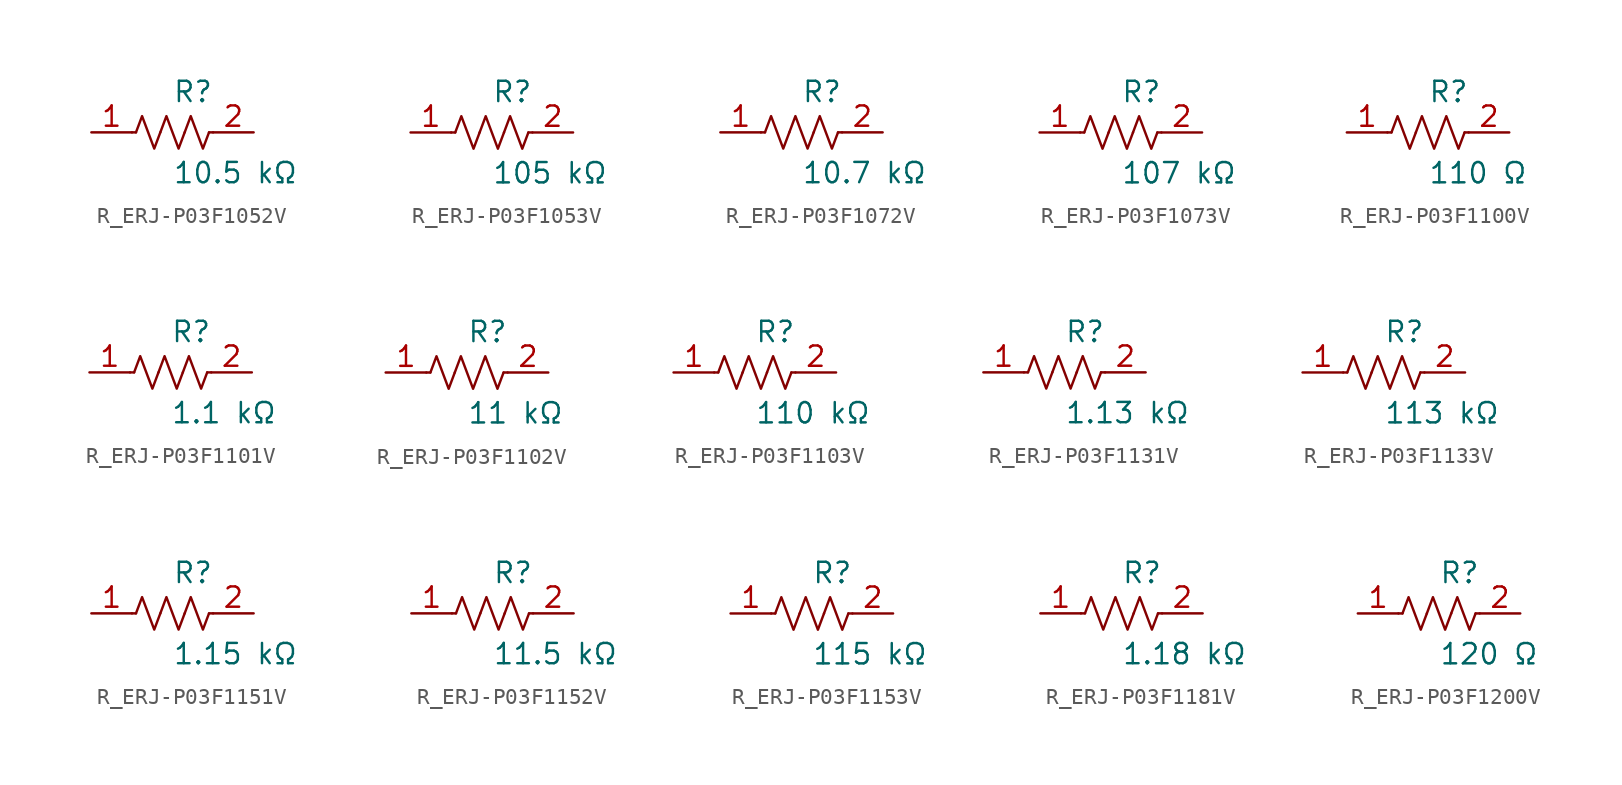
<source format=kicad_sym>
(kicad_symbol_lib
  (version 20231120)
  (generator kicad_symbol_editor)
  (generator_version 8.0)
  (symbol "R_ERJ-P03F1052V"
    (pin_names
      (offset 0.254))
    (property "Reference" "R"
      (at 0.0 2.54 0)
      (effects (font (size 1.27 1.27)) (justify left)))
    (property "Value" "10.5 kΩ"
      (at 0.0 -2.54 0)
      (effects (font (size 1.27 1.27)) (justify left)))
    (symbol "R_ERJ-P03F1052V_0_1"
      (polyline (pts (xy 2.286 0) (xy 2.54 0)) (stroke (width 0) (type default)) (fill (type none)))
      (polyline (pts (xy -2.286 0) (xy -2.54 0)) (stroke (width 0) (type default)) (fill (type none)))
      (polyline (pts (xy 0.762 0) (xy 1.143 1.016) (xy 1.524 0) (xy 1.905 -1.016) (xy 2.286 0)) (stroke (width 0) (type default)) (fill (type none)))
      (polyline (pts (xy -0.762 0) (xy -0.381 1.016) (xy 0 0) (xy 0.381 -1.016) (xy 0.762 0)) (stroke (width 0) (type default)) (fill (type none)))
      (polyline (pts (xy -2.286 0) (xy -1.905 1.016) (xy -1.524 0) (xy -1.143 -1.016) (xy -0.762 0)) (stroke (width 0) (type default)) (fill (type none))))
    (pin unspecified line
      (at -5.08 0 0)
      (length 2.54)
      (name "" (effects (font (size 1.27 1.27))))
      (number "1" (effects (font (size 1.27 1.27)))))
    (pin unspecified line
      (at 5.08 0 180)
      (length 2.54)
      (name "" (effects (font (size 1.27 1.27))))
      (number "2" (effects (font (size 1.27 1.27))))))
  (symbol "R_ERJ-P03F1053V"
    (pin_names
      (offset 0.254))
    (property "Reference" "R"
      (at 0.0 2.54 0)
      (effects (font (size 1.27 1.27)) (justify left)))
    (property "Value" "105 kΩ"
      (at 0.0 -2.54 0)
      (effects (font (size 1.27 1.27)) (justify left)))
    (symbol "R_ERJ-P03F1053V_0_1"
      (polyline (pts (xy 2.286 0) (xy 2.54 0)) (stroke (width 0) (type default)) (fill (type none)))
      (polyline (pts (xy -2.286 0) (xy -2.54 0)) (stroke (width 0) (type default)) (fill (type none)))
      (polyline (pts (xy 0.762 0) (xy 1.143 1.016) (xy 1.524 0) (xy 1.905 -1.016) (xy 2.286 0)) (stroke (width 0) (type default)) (fill (type none)))
      (polyline (pts (xy -0.762 0) (xy -0.381 1.016) (xy 0 0) (xy 0.381 -1.016) (xy 0.762 0)) (stroke (width 0) (type default)) (fill (type none)))
      (polyline (pts (xy -2.286 0) (xy -1.905 1.016) (xy -1.524 0) (xy -1.143 -1.016) (xy -0.762 0)) (stroke (width 0) (type default)) (fill (type none))))
    (pin unspecified line
      (at -5.08 0 0)
      (length 2.54)
      (name "" (effects (font (size 1.27 1.27))))
      (number "1" (effects (font (size 1.27 1.27)))))
    (pin unspecified line
      (at 5.08 0 180)
      (length 2.54)
      (name "" (effects (font (size 1.27 1.27))))
      (number "2" (effects (font (size 1.27 1.27))))))
  (symbol "R_ERJ-P03F1072V"
    (pin_names
      (offset 0.254))
    (property "Reference" "R"
      (at 0.0 2.54 0)
      (effects (font (size 1.27 1.27)) (justify left)))
    (property "Value" "10.7 kΩ"
      (at 0.0 -2.54 0)
      (effects (font (size 1.27 1.27)) (justify left)))
    (symbol "R_ERJ-P03F1072V_0_1"
      (polyline (pts (xy 2.286 0) (xy 2.54 0)) (stroke (width 0) (type default)) (fill (type none)))
      (polyline (pts (xy -2.286 0) (xy -2.54 0)) (stroke (width 0) (type default)) (fill (type none)))
      (polyline (pts (xy 0.762 0) (xy 1.143 1.016) (xy 1.524 0) (xy 1.905 -1.016) (xy 2.286 0)) (stroke (width 0) (type default)) (fill (type none)))
      (polyline (pts (xy -0.762 0) (xy -0.381 1.016) (xy 0 0) (xy 0.381 -1.016) (xy 0.762 0)) (stroke (width 0) (type default)) (fill (type none)))
      (polyline (pts (xy -2.286 0) (xy -1.905 1.016) (xy -1.524 0) (xy -1.143 -1.016) (xy -0.762 0)) (stroke (width 0) (type default)) (fill (type none))))
    (pin unspecified line
      (at -5.08 0 0)
      (length 2.54)
      (name "" (effects (font (size 1.27 1.27))))
      (number "1" (effects (font (size 1.27 1.27)))))
    (pin unspecified line
      (at 5.08 0 180)
      (length 2.54)
      (name "" (effects (font (size 1.27 1.27))))
      (number "2" (effects (font (size 1.27 1.27))))))
  (symbol "R_ERJ-P03F1073V"
    (pin_names
      (offset 0.254))
    (property "Reference" "R"
      (at 0.0 2.54 0)
      (effects (font (size 1.27 1.27)) (justify left)))
    (property "Value" "107 kΩ"
      (at 0.0 -2.54 0)
      (effects (font (size 1.27 1.27)) (justify left)))
    (symbol "R_ERJ-P03F1073V_0_1"
      (polyline (pts (xy 2.286 0) (xy 2.54 0)) (stroke (width 0) (type default)) (fill (type none)))
      (polyline (pts (xy -2.286 0) (xy -2.54 0)) (stroke (width 0) (type default)) (fill (type none)))
      (polyline (pts (xy 0.762 0) (xy 1.143 1.016) (xy 1.524 0) (xy 1.905 -1.016) (xy 2.286 0)) (stroke (width 0) (type default)) (fill (type none)))
      (polyline (pts (xy -0.762 0) (xy -0.381 1.016) (xy 0 0) (xy 0.381 -1.016) (xy 0.762 0)) (stroke (width 0) (type default)) (fill (type none)))
      (polyline (pts (xy -2.286 0) (xy -1.905 1.016) (xy -1.524 0) (xy -1.143 -1.016) (xy -0.762 0)) (stroke (width 0) (type default)) (fill (type none))))
    (pin unspecified line
      (at -5.08 0 0)
      (length 2.54)
      (name "" (effects (font (size 1.27 1.27))))
      (number "1" (effects (font (size 1.27 1.27)))))
    (pin unspecified line
      (at 5.08 0 180)
      (length 2.54)
      (name "" (effects (font (size 1.27 1.27))))
      (number "2" (effects (font (size 1.27 1.27))))))
  (symbol "R_ERJ-P03F1100V"
    (pin_names
      (offset 0.254))
    (property "Reference" "R"
      (at 0.0 2.54 0)
      (effects (font (size 1.27 1.27)) (justify left)))
    (property "Value" "110 Ω"
      (at 0.0 -2.54 0)
      (effects (font (size 1.27 1.27)) (justify left)))
    (symbol "R_ERJ-P03F1100V_0_1"
      (polyline (pts (xy 2.286 0) (xy 2.54 0)) (stroke (width 0) (type default)) (fill (type none)))
      (polyline (pts (xy -2.286 0) (xy -2.54 0)) (stroke (width 0) (type default)) (fill (type none)))
      (polyline (pts (xy 0.762 0) (xy 1.143 1.016) (xy 1.524 0) (xy 1.905 -1.016) (xy 2.286 0)) (stroke (width 0) (type default)) (fill (type none)))
      (polyline (pts (xy -0.762 0) (xy -0.381 1.016) (xy 0 0) (xy 0.381 -1.016) (xy 0.762 0)) (stroke (width 0) (type default)) (fill (type none)))
      (polyline (pts (xy -2.286 0) (xy -1.905 1.016) (xy -1.524 0) (xy -1.143 -1.016) (xy -0.762 0)) (stroke (width 0) (type default)) (fill (type none))))
    (pin unspecified line
      (at -5.08 0 0)
      (length 2.54)
      (name "" (effects (font (size 1.27 1.27))))
      (number "1" (effects (font (size 1.27 1.27)))))
    (pin unspecified line
      (at 5.08 0 180)
      (length 2.54)
      (name "" (effects (font (size 1.27 1.27))))
      (number "2" (effects (font (size 1.27 1.27))))))
  (symbol "R_ERJ-P03F1101V"
    (pin_names
      (offset 0.254))
    (property "Reference" "R"
      (at 0.0 2.54 0)
      (effects (font (size 1.27 1.27)) (justify left)))
    (property "Value" "1.1 kΩ"
      (at 0.0 -2.54 0)
      (effects (font (size 1.27 1.27)) (justify left)))
    (symbol "R_ERJ-P03F1101V_0_1"
      (polyline (pts (xy 2.286 0) (xy 2.54 0)) (stroke (width 0) (type default)) (fill (type none)))
      (polyline (pts (xy -2.286 0) (xy -2.54 0)) (stroke (width 0) (type default)) (fill (type none)))
      (polyline (pts (xy 0.762 0) (xy 1.143 1.016) (xy 1.524 0) (xy 1.905 -1.016) (xy 2.286 0)) (stroke (width 0) (type default)) (fill (type none)))
      (polyline (pts (xy -0.762 0) (xy -0.381 1.016) (xy 0 0) (xy 0.381 -1.016) (xy 0.762 0)) (stroke (width 0) (type default)) (fill (type none)))
      (polyline (pts (xy -2.286 0) (xy -1.905 1.016) (xy -1.524 0) (xy -1.143 -1.016) (xy -0.762 0)) (stroke (width 0) (type default)) (fill (type none))))
    (pin unspecified line
      (at -5.08 0 0)
      (length 2.54)
      (name "" (effects (font (size 1.27 1.27))))
      (number "1" (effects (font (size 1.27 1.27)))))
    (pin unspecified line
      (at 5.08 0 180)
      (length 2.54)
      (name "" (effects (font (size 1.27 1.27))))
      (number "2" (effects (font (size 1.27 1.27))))))
  (symbol "R_ERJ-P03F1102V"
    (pin_names
      (offset 0.254))
    (property "Reference" "R"
      (at 0.0 2.54 0)
      (effects (font (size 1.27 1.27)) (justify left)))
    (property "Value" "11 kΩ"
      (at 0.0 -2.54 0)
      (effects (font (size 1.27 1.27)) (justify left)))
    (symbol "R_ERJ-P03F1102V_0_1"
      (polyline (pts (xy 2.286 0) (xy 2.54 0)) (stroke (width 0) (type default)) (fill (type none)))
      (polyline (pts (xy -2.286 0) (xy -2.54 0)) (stroke (width 0) (type default)) (fill (type none)))
      (polyline (pts (xy 0.762 0) (xy 1.143 1.016) (xy 1.524 0) (xy 1.905 -1.016) (xy 2.286 0)) (stroke (width 0) (type default)) (fill (type none)))
      (polyline (pts (xy -0.762 0) (xy -0.381 1.016) (xy 0 0) (xy 0.381 -1.016) (xy 0.762 0)) (stroke (width 0) (type default)) (fill (type none)))
      (polyline (pts (xy -2.286 0) (xy -1.905 1.016) (xy -1.524 0) (xy -1.143 -1.016) (xy -0.762 0)) (stroke (width 0) (type default)) (fill (type none))))
    (pin unspecified line
      (at -5.08 0 0)
      (length 2.54)
      (name "" (effects (font (size 1.27 1.27))))
      (number "1" (effects (font (size 1.27 1.27)))))
    (pin unspecified line
      (at 5.08 0 180)
      (length 2.54)
      (name "" (effects (font (size 1.27 1.27))))
      (number "2" (effects (font (size 1.27 1.27))))))
  (symbol "R_ERJ-P03F1103V"
    (pin_names
      (offset 0.254))
    (property "Reference" "R"
      (at 0.0 2.54 0)
      (effects (font (size 1.27 1.27)) (justify left)))
    (property "Value" "110 kΩ"
      (at 0.0 -2.54 0)
      (effects (font (size 1.27 1.27)) (justify left)))
    (symbol "R_ERJ-P03F1103V_0_1"
      (polyline (pts (xy 2.286 0) (xy 2.54 0)) (stroke (width 0) (type default)) (fill (type none)))
      (polyline (pts (xy -2.286 0) (xy -2.54 0)) (stroke (width 0) (type default)) (fill (type none)))
      (polyline (pts (xy 0.762 0) (xy 1.143 1.016) (xy 1.524 0) (xy 1.905 -1.016) (xy 2.286 0)) (stroke (width 0) (type default)) (fill (type none)))
      (polyline (pts (xy -0.762 0) (xy -0.381 1.016) (xy 0 0) (xy 0.381 -1.016) (xy 0.762 0)) (stroke (width 0) (type default)) (fill (type none)))
      (polyline (pts (xy -2.286 0) (xy -1.905 1.016) (xy -1.524 0) (xy -1.143 -1.016) (xy -0.762 0)) (stroke (width 0) (type default)) (fill (type none))))
    (pin unspecified line
      (at -5.08 0 0)
      (length 2.54)
      (name "" (effects (font (size 1.27 1.27))))
      (number "1" (effects (font (size 1.27 1.27)))))
    (pin unspecified line
      (at 5.08 0 180)
      (length 2.54)
      (name "" (effects (font (size 1.27 1.27))))
      (number "2" (effects (font (size 1.27 1.27))))))
  (symbol "R_ERJ-P03F1131V"
    (pin_names
      (offset 0.254))
    (property "Reference" "R"
      (at 0.0 2.54 0)
      (effects (font (size 1.27 1.27)) (justify left)))
    (property "Value" "1.13 kΩ"
      (at 0.0 -2.54 0)
      (effects (font (size 1.27 1.27)) (justify left)))
    (symbol "R_ERJ-P03F1131V_0_1"
      (polyline (pts (xy 2.286 0) (xy 2.54 0)) (stroke (width 0) (type default)) (fill (type none)))
      (polyline (pts (xy -2.286 0) (xy -2.54 0)) (stroke (width 0) (type default)) (fill (type none)))
      (polyline (pts (xy 0.762 0) (xy 1.143 1.016) (xy 1.524 0) (xy 1.905 -1.016) (xy 2.286 0)) (stroke (width 0) (type default)) (fill (type none)))
      (polyline (pts (xy -0.762 0) (xy -0.381 1.016) (xy 0 0) (xy 0.381 -1.016) (xy 0.762 0)) (stroke (width 0) (type default)) (fill (type none)))
      (polyline (pts (xy -2.286 0) (xy -1.905 1.016) (xy -1.524 0) (xy -1.143 -1.016) (xy -0.762 0)) (stroke (width 0) (type default)) (fill (type none))))
    (pin unspecified line
      (at -5.08 0 0)
      (length 2.54)
      (name "" (effects (font (size 1.27 1.27))))
      (number "1" (effects (font (size 1.27 1.27)))))
    (pin unspecified line
      (at 5.08 0 180)
      (length 2.54)
      (name "" (effects (font (size 1.27 1.27))))
      (number "2" (effects (font (size 1.27 1.27))))))
  (symbol "R_ERJ-P03F1133V"
    (pin_names
      (offset 0.254))
    (property "Reference" "R"
      (at 0.0 2.54 0)
      (effects (font (size 1.27 1.27)) (justify left)))
    (property "Value" "113 kΩ"
      (at 0.0 -2.54 0)
      (effects (font (size 1.27 1.27)) (justify left)))
    (symbol "R_ERJ-P03F1133V_0_1"
      (polyline (pts (xy 2.286 0) (xy 2.54 0)) (stroke (width 0) (type default)) (fill (type none)))
      (polyline (pts (xy -2.286 0) (xy -2.54 0)) (stroke (width 0) (type default)) (fill (type none)))
      (polyline (pts (xy 0.762 0) (xy 1.143 1.016) (xy 1.524 0) (xy 1.905 -1.016) (xy 2.286 0)) (stroke (width 0) (type default)) (fill (type none)))
      (polyline (pts (xy -0.762 0) (xy -0.381 1.016) (xy 0 0) (xy 0.381 -1.016) (xy 0.762 0)) (stroke (width 0) (type default)) (fill (type none)))
      (polyline (pts (xy -2.286 0) (xy -1.905 1.016) (xy -1.524 0) (xy -1.143 -1.016) (xy -0.762 0)) (stroke (width 0) (type default)) (fill (type none))))
    (pin unspecified line
      (at -5.08 0 0)
      (length 2.54)
      (name "" (effects (font (size 1.27 1.27))))
      (number "1" (effects (font (size 1.27 1.27)))))
    (pin unspecified line
      (at 5.08 0 180)
      (length 2.54)
      (name "" (effects (font (size 1.27 1.27))))
      (number "2" (effects (font (size 1.27 1.27))))))
  (symbol "R_ERJ-P03F1151V"
    (pin_names
      (offset 0.254))
    (property "Reference" "R"
      (at 0.0 2.54 0)
      (effects (font (size 1.27 1.27)) (justify left)))
    (property "Value" "1.15 kΩ"
      (at 0.0 -2.54 0)
      (effects (font (size 1.27 1.27)) (justify left)))
    (symbol "R_ERJ-P03F1151V_0_1"
      (polyline (pts (xy 2.286 0) (xy 2.54 0)) (stroke (width 0) (type default)) (fill (type none)))
      (polyline (pts (xy -2.286 0) (xy -2.54 0)) (stroke (width 0) (type default)) (fill (type none)))
      (polyline (pts (xy 0.762 0) (xy 1.143 1.016) (xy 1.524 0) (xy 1.905 -1.016) (xy 2.286 0)) (stroke (width 0) (type default)) (fill (type none)))
      (polyline (pts (xy -0.762 0) (xy -0.381 1.016) (xy 0 0) (xy 0.381 -1.016) (xy 0.762 0)) (stroke (width 0) (type default)) (fill (type none)))
      (polyline (pts (xy -2.286 0) (xy -1.905 1.016) (xy -1.524 0) (xy -1.143 -1.016) (xy -0.762 0)) (stroke (width 0) (type default)) (fill (type none))))
    (pin unspecified line
      (at -5.08 0 0)
      (length 2.54)
      (name "" (effects (font (size 1.27 1.27))))
      (number "1" (effects (font (size 1.27 1.27)))))
    (pin unspecified line
      (at 5.08 0 180)
      (length 2.54)
      (name "" (effects (font (size 1.27 1.27))))
      (number "2" (effects (font (size 1.27 1.27))))))
  (symbol "R_ERJ-P03F1152V"
    (pin_names
      (offset 0.254))
    (property "Reference" "R"
      (at 0.0 2.54 0)
      (effects (font (size 1.27 1.27)) (justify left)))
    (property "Value" "11.5 kΩ"
      (at 0.0 -2.54 0)
      (effects (font (size 1.27 1.27)) (justify left)))
    (symbol "R_ERJ-P03F1152V_0_1"
      (polyline (pts (xy 2.286 0) (xy 2.54 0)) (stroke (width 0) (type default)) (fill (type none)))
      (polyline (pts (xy -2.286 0) (xy -2.54 0)) (stroke (width 0) (type default)) (fill (type none)))
      (polyline (pts (xy 0.762 0) (xy 1.143 1.016) (xy 1.524 0) (xy 1.905 -1.016) (xy 2.286 0)) (stroke (width 0) (type default)) (fill (type none)))
      (polyline (pts (xy -0.762 0) (xy -0.381 1.016) (xy 0 0) (xy 0.381 -1.016) (xy 0.762 0)) (stroke (width 0) (type default)) (fill (type none)))
      (polyline (pts (xy -2.286 0) (xy -1.905 1.016) (xy -1.524 0) (xy -1.143 -1.016) (xy -0.762 0)) (stroke (width 0) (type default)) (fill (type none))))
    (pin unspecified line
      (at -5.08 0 0)
      (length 2.54)
      (name "" (effects (font (size 1.27 1.27))))
      (number "1" (effects (font (size 1.27 1.27)))))
    (pin unspecified line
      (at 5.08 0 180)
      (length 2.54)
      (name "" (effects (font (size 1.27 1.27))))
      (number "2" (effects (font (size 1.27 1.27))))))
  (symbol "R_ERJ-P03F1153V"
    (pin_names
      (offset 0.254))
    (property "Reference" "R"
      (at 0.0 2.54 0)
      (effects (font (size 1.27 1.27)) (justify left)))
    (property "Value" "115 kΩ"
      (at 0.0 -2.54 0)
      (effects (font (size 1.27 1.27)) (justify left)))
    (symbol "R_ERJ-P03F1153V_0_1"
      (polyline (pts (xy 2.286 0) (xy 2.54 0)) (stroke (width 0) (type default)) (fill (type none)))
      (polyline (pts (xy -2.286 0) (xy -2.54 0)) (stroke (width 0) (type default)) (fill (type none)))
      (polyline (pts (xy 0.762 0) (xy 1.143 1.016) (xy 1.524 0) (xy 1.905 -1.016) (xy 2.286 0)) (stroke (width 0) (type default)) (fill (type none)))
      (polyline (pts (xy -0.762 0) (xy -0.381 1.016) (xy 0 0) (xy 0.381 -1.016) (xy 0.762 0)) (stroke (width 0) (type default)) (fill (type none)))
      (polyline (pts (xy -2.286 0) (xy -1.905 1.016) (xy -1.524 0) (xy -1.143 -1.016) (xy -0.762 0)) (stroke (width 0) (type default)) (fill (type none))))
    (pin unspecified line
      (at -5.08 0 0)
      (length 2.54)
      (name "" (effects (font (size 1.27 1.27))))
      (number "1" (effects (font (size 1.27 1.27)))))
    (pin unspecified line
      (at 5.08 0 180)
      (length 2.54)
      (name "" (effects (font (size 1.27 1.27))))
      (number "2" (effects (font (size 1.27 1.27))))))
  (symbol "R_ERJ-P03F1181V"
    (pin_names
      (offset 0.254))
    (property "Reference" "R"
      (at 0.0 2.54 0)
      (effects (font (size 1.27 1.27)) (justify left)))
    (property "Value" "1.18 kΩ"
      (at 0.0 -2.54 0)
      (effects (font (size 1.27 1.27)) (justify left)))
    (symbol "R_ERJ-P03F1181V_0_1"
      (polyline (pts (xy 2.286 0) (xy 2.54 0)) (stroke (width 0) (type default)) (fill (type none)))
      (polyline (pts (xy -2.286 0) (xy -2.54 0)) (stroke (width 0) (type default)) (fill (type none)))
      (polyline (pts (xy 0.762 0) (xy 1.143 1.016) (xy 1.524 0) (xy 1.905 -1.016) (xy 2.286 0)) (stroke (width 0) (type default)) (fill (type none)))
      (polyline (pts (xy -0.762 0) (xy -0.381 1.016) (xy 0 0) (xy 0.381 -1.016) (xy 0.762 0)) (stroke (width 0) (type default)) (fill (type none)))
      (polyline (pts (xy -2.286 0) (xy -1.905 1.016) (xy -1.524 0) (xy -1.143 -1.016) (xy -0.762 0)) (stroke (width 0) (type default)) (fill (type none))))
    (pin unspecified line
      (at -5.08 0 0)
      (length 2.54)
      (name "" (effects (font (size 1.27 1.27))))
      (number "1" (effects (font (size 1.27 1.27)))))
    (pin unspecified line
      (at 5.08 0 180)
      (length 2.54)
      (name "" (effects (font (size 1.27 1.27))))
      (number "2" (effects (font (size 1.27 1.27))))))
  (symbol "R_ERJ-P03F1200V"
    (pin_names
      (offset 0.254))
    (property "Reference" "R"
      (at 0.0 2.54 0)
      (effects (font (size 1.27 1.27)) (justify left)))
    (property "Value" "120 Ω"
      (at 0.0 -2.54 0)
      (effects (font (size 1.27 1.27)) (justify left)))
    (symbol "R_ERJ-P03F1200V_0_1"
      (polyline (pts (xy 2.286 0) (xy 2.54 0)) (stroke (width 0) (type default)) (fill (type none)))
      (polyline (pts (xy -2.286 0) (xy -2.54 0)) (stroke (width 0) (type default)) (fill (type none)))
      (polyline (pts (xy 0.762 0) (xy 1.143 1.016) (xy 1.524 0) (xy 1.905 -1.016) (xy 2.286 0)) (stroke (width 0) (type default)) (fill (type none)))
      (polyline (pts (xy -0.762 0) (xy -0.381 1.016) (xy 0 0) (xy 0.381 -1.016) (xy 0.762 0)) (stroke (width 0) (type default)) (fill (type none)))
      (polyline (pts (xy -2.286 0) (xy -1.905 1.016) (xy -1.524 0) (xy -1.143 -1.016) (xy -0.762 0)) (stroke (width 0) (type default)) (fill (type none))))
    (pin unspecified line
      (at -5.08 0 0)
      (length 2.54)
      (name "" (effects (font (size 1.27 1.27))))
      (number "1" (effects (font (size 1.27 1.27)))))
    (pin unspecified line
      (at 5.08 0 180)
      (length 2.54)
      (name "" (effects (font (size 1.27 1.27))))
      (number "2" (effects (font (size 1.27 1.27)))))))
</source>
